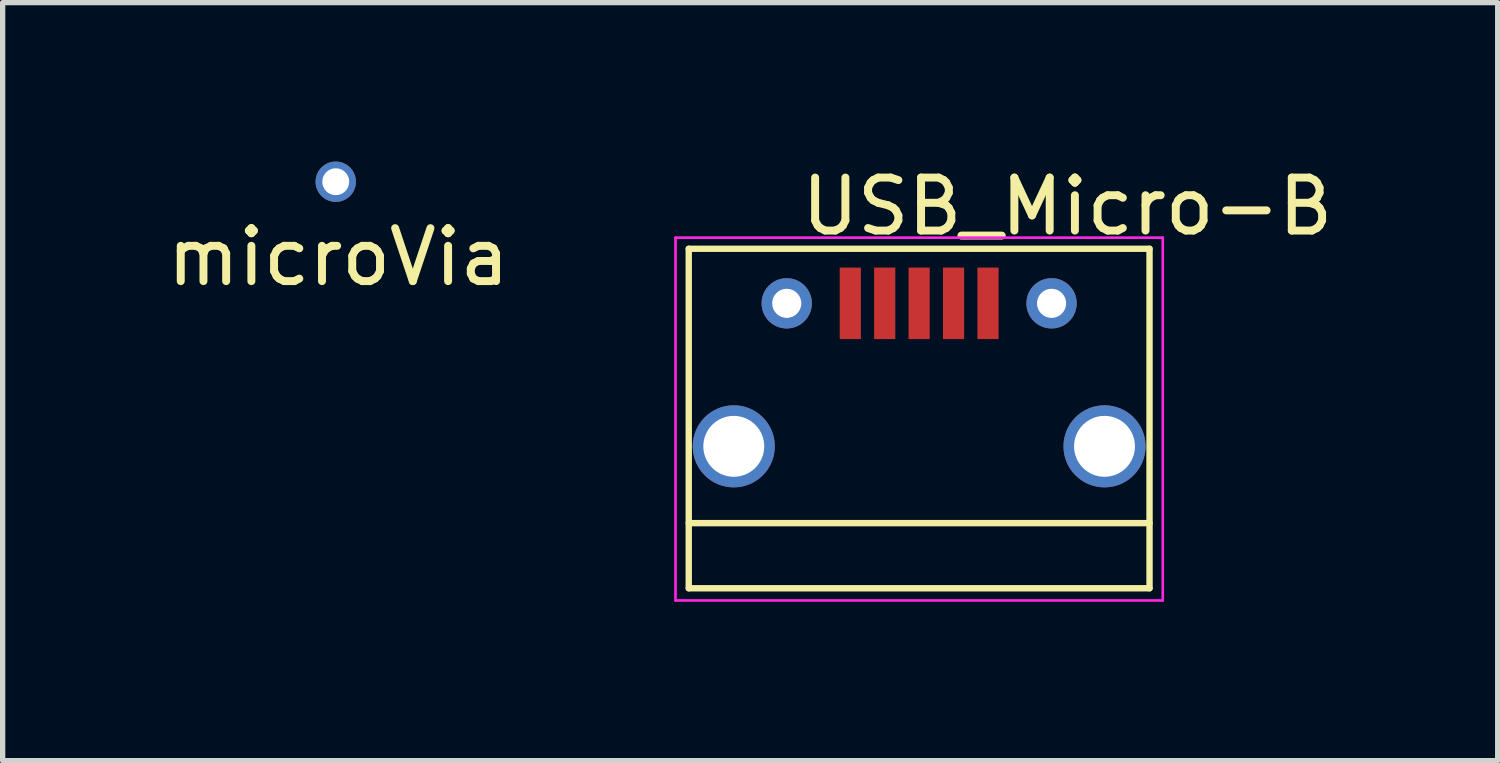
<source format=kicad_pcb>
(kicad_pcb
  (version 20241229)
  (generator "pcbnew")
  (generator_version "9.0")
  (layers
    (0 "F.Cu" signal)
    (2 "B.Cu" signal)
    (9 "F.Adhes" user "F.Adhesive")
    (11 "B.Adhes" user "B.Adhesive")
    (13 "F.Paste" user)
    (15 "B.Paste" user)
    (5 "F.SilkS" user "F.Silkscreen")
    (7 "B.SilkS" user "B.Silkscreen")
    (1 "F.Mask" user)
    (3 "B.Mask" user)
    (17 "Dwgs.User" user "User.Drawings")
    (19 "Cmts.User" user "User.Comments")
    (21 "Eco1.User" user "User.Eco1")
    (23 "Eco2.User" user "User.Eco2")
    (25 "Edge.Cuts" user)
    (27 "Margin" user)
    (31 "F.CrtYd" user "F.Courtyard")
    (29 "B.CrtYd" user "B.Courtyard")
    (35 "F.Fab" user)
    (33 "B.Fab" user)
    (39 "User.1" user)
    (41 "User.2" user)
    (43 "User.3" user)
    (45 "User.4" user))
  (footprint "USB_Micro-B"
    (layer "F.Cu")
    (at 14.304 4.027)
    (property "Reference" "USB_Micro-B" (at 2.798 -3.179 0) (layer "F.SilkS") (effects (font (size 1 1) (thickness 0.15))))
    (attr smd)
    (fp_line (start -4.35 -2.38) (end 4.35 -2.38) (stroke (width 0.12) (type solid)) (layer "F.SilkS"))
    (fp_line (start -4.35 4.03) (end -4.35 -2.38) (stroke (width 0.12) (type solid)) (layer "F.SilkS"))
    (fp_line (start -4.35 4.03) (end 4.35 4.03) (stroke (width 0.12) (type solid)) (layer "F.SilkS"))
    (fp_line (start 4.35 -2.38) (end 4.35 4.03) (stroke (width 0.12) (type solid)) (layer "F.SilkS"))
    (fp_line (start 4.35 2.8) (end -4.35 2.8) (stroke (width 0.12) (type solid)) (layer "F.SilkS"))
    (fp_line (start -4.6 -2.59) (end 4.6 -2.59) (stroke (width 0.05) (type solid)) (layer "F.CrtYd"))
    (fp_line (start -4.6 4.26) (end -4.6 -2.59) (stroke (width 0.05) (type solid)) (layer "F.CrtYd"))
    (fp_line (start 4.6 -2.59) (end 4.6 4.26) (stroke (width 0.05) (type solid)) (layer "F.CrtYd"))
    (fp_line (start 4.6 4.26) (end -4.6 4.26) (stroke (width 0.05) (type solid)) (layer "F.CrtYd"))
    (pad "1" smd rect (at -1.3 -1.35 90) (size 1.35 0.4) (layers "F.Cu" "F.Mask" "F.Paste"))
    (pad "2" smd rect (at -0.65 -1.35 90) (size 1.35 0.4) (layers "F.Cu" "F.Mask" "F.Paste"))
    (pad "3" smd rect (at 0 -1.35 90) (size 1.35 0.4) (layers "F.Cu" "F.Mask" "F.Paste"))
    (pad "4" smd rect (at 0.65 -1.35 90) (size 1.35 0.4) (layers "F.Cu" "F.Mask" "F.Paste"))
    (pad "5" smd rect (at 1.3 -1.35 90) (size 1.35 0.4) (layers "F.Cu" "F.Mask" "F.Paste"))
    (pad "6" thru_hole circle (at -3.5 1.35 90) (size 1.55 1.55) (drill 1.15) (layers "*.Cu" "*.Mask"))
    (pad "6" thru_hole circle (at -2.5 -1.35 90) (size 0.95 0.95) (drill 0.55) (layers "*.Cu" "*.Mask"))
    (pad "6" thru_hole circle (at 2.5 -1.35 90) (size 0.95 0.95) (drill 0.55) (layers "*.Cu" "*.Mask"))
    (pad "6" thru_hole circle (at 3.5 1.35 90) (size 1.55 1.55) (drill 1.15) (layers "*.Cu" "*.Mask")))
  (footprint "microVia"
    (layer "F.Cu")
    (at 3.314 0.381)
    (property "Reference" "microVia" (at 0.025 1.422 0) (layer "F.SilkS") (effects (font (size 1 1) (thickness 0.15))))
    (attr through_hole)
    (pad "GND" thru_hole circle (at -0.025 0) (size 0.762 0.762) (drill 0.508) (layers "*.Cu" "*.Mask")))
  (gr_rect
    (start -3 -3)
    (end 25.227 11.312)
    (stroke (width 0.1) (type default))
    (fill no)
    (layer "Edge.Cuts")))
</source>
